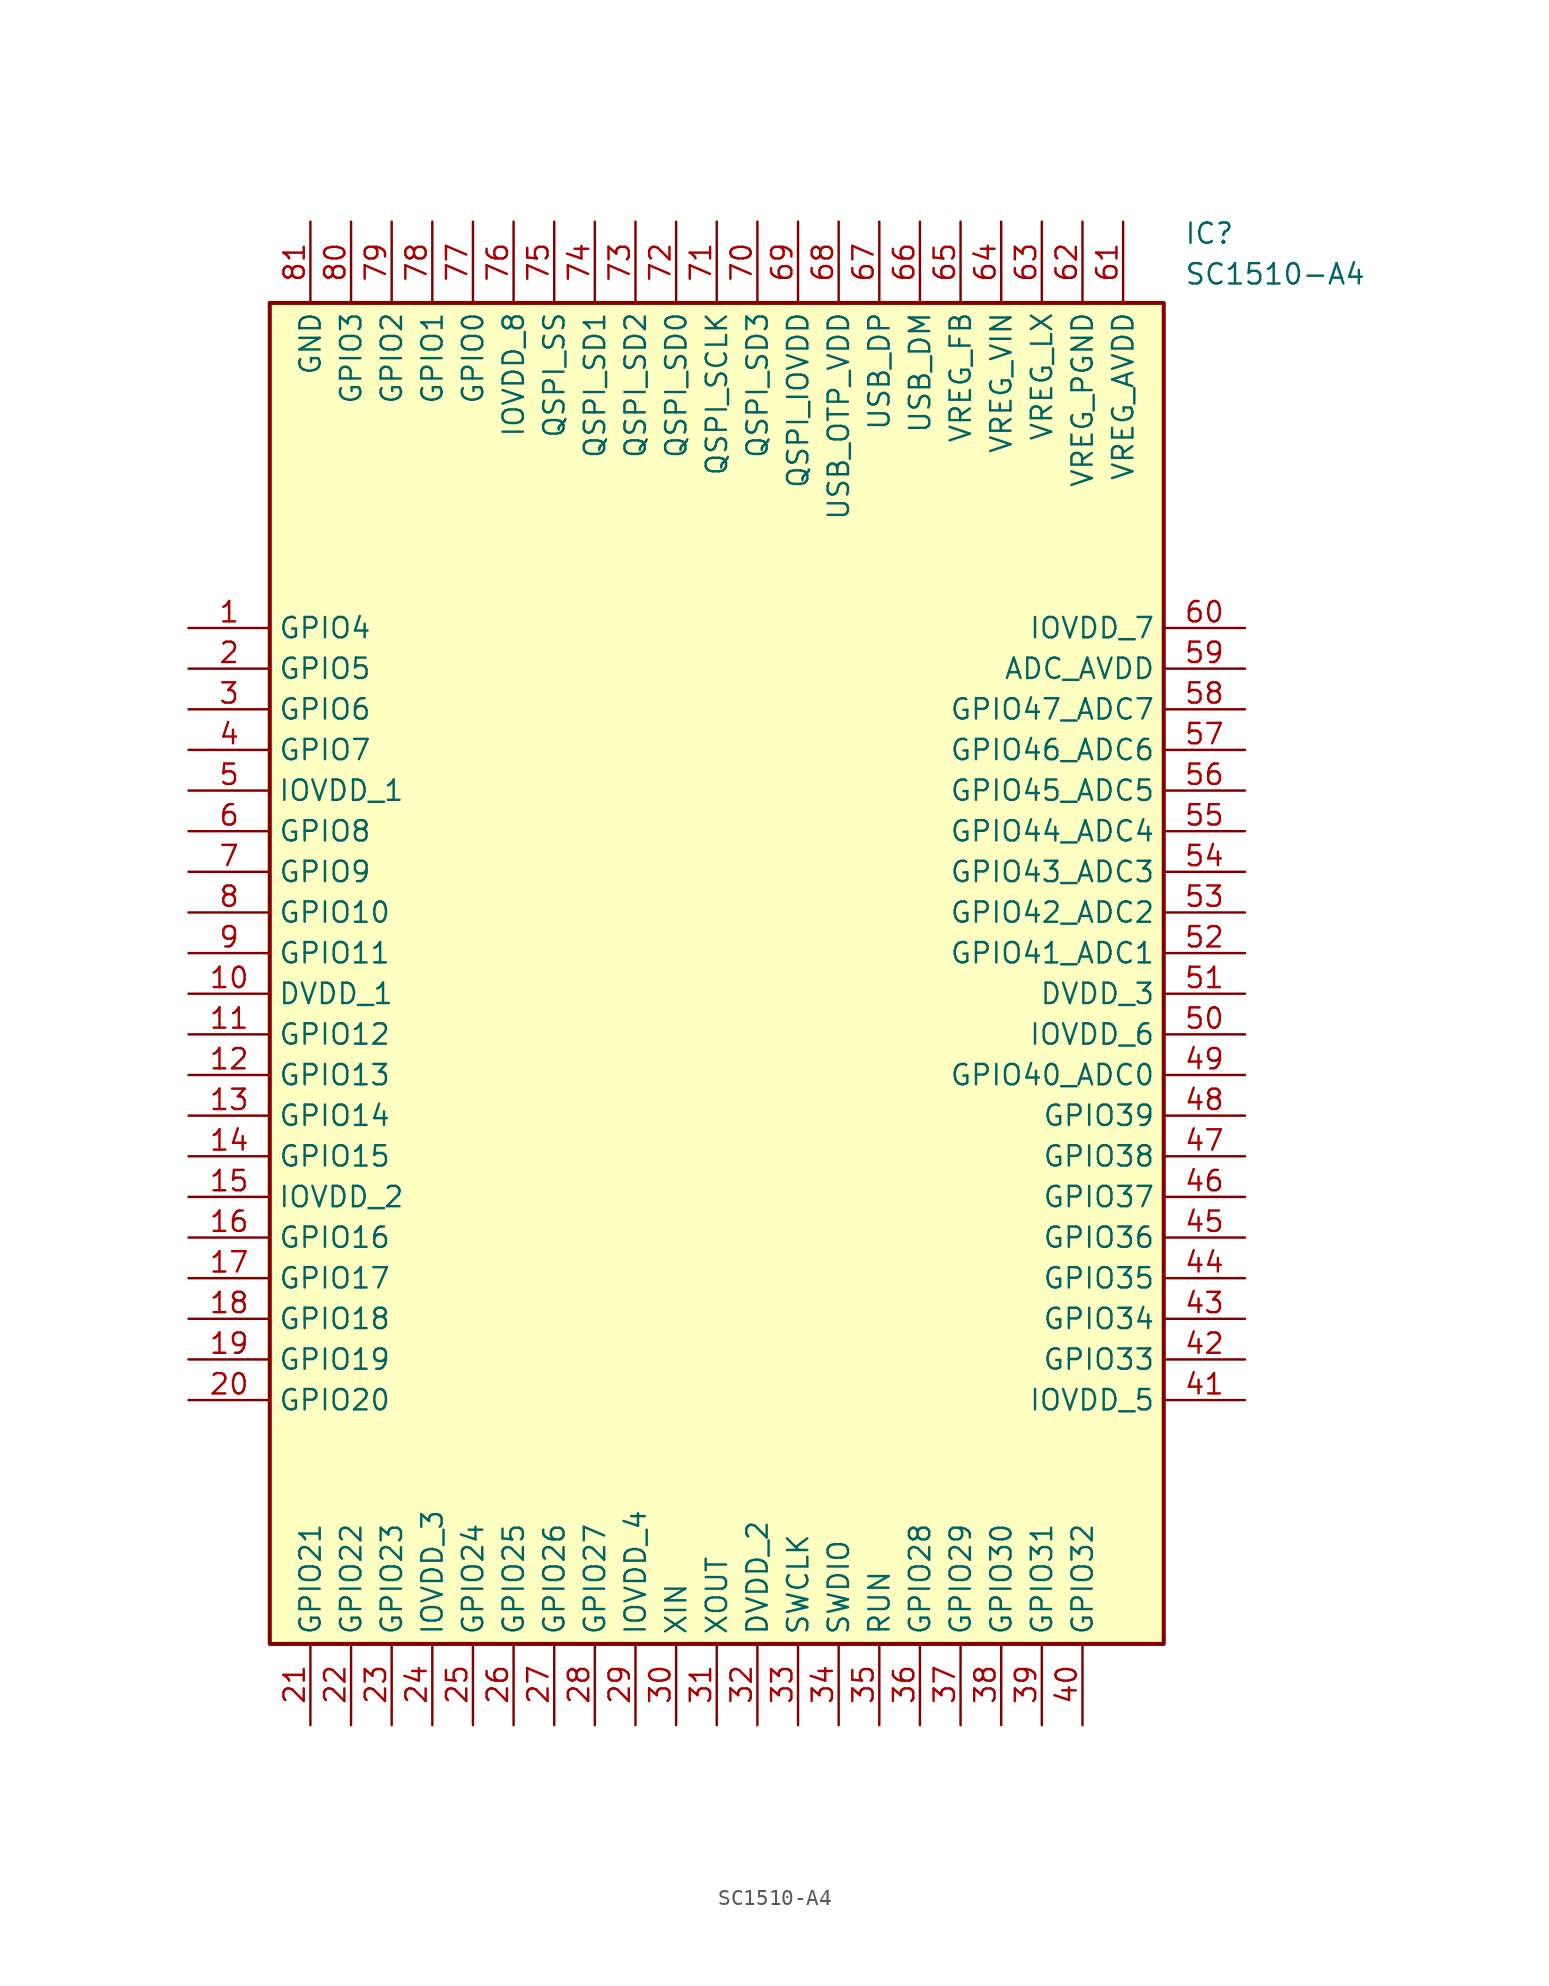
<source format=kicad_sym>
(kicad_symbol_lib
  (version 20211014)
  (generator SamacSys_ECAD_Model)
  (symbol "SC1510-A4"
    (property "Reference" "IC"
      (at 62.23 25.4 0)
      (effects (font (size 1.27 1.27)) (justify left top)))
    (property "Value" "SC1510-A4"
      (at 62.23 22.86 0)
      (effects (font (size 1.27 1.27)) (justify left top)))
    (rectangle
      (start 5.08 20.32)
      (end 60.96 -63.5)
      (stroke (width 0.254) (type default))
      (fill (type background)))
    (pin passive line
      (at 0 0 0)
      (length 5.08)
      (name "GPIO4" (effects (font (size 1.27 1.27))))
      (number "1" (effects (font (size 1.27 1.27)))))
    (pin passive line
      (at 0 -2.54 0)
      (length 5.08)
      (name "GPIO5" (effects (font (size 1.27 1.27))))
      (number "2" (effects (font (size 1.27 1.27)))))
    (pin passive line
      (at 0 -5.08 0)
      (length 5.08)
      (name "GPIO6" (effects (font (size 1.27 1.27))))
      (number "3" (effects (font (size 1.27 1.27)))))
    (pin passive line
      (at 0 -7.62 0)
      (length 5.08)
      (name "GPIO7" (effects (font (size 1.27 1.27))))
      (number "4" (effects (font (size 1.27 1.27)))))
    (pin passive line
      (at 0 -10.16 0)
      (length 5.08)
      (name "IOVDD_1" (effects (font (size 1.27 1.27))))
      (number "5" (effects (font (size 1.27 1.27)))))
    (pin passive line
      (at 0 -12.7 0)
      (length 5.08)
      (name "GPIO8" (effects (font (size 1.27 1.27))))
      (number "6" (effects (font (size 1.27 1.27)))))
    (pin passive line
      (at 0 -15.24 0)
      (length 5.08)
      (name "GPIO9" (effects (font (size 1.27 1.27))))
      (number "7" (effects (font (size 1.27 1.27)))))
    (pin passive line
      (at 0 -17.78 0)
      (length 5.08)
      (name "GPIO10" (effects (font (size 1.27 1.27))))
      (number "8" (effects (font (size 1.27 1.27)))))
    (pin passive line
      (at 0 -20.32 0)
      (length 5.08)
      (name "GPIO11" (effects (font (size 1.27 1.27))))
      (number "9" (effects (font (size 1.27 1.27)))))
    (pin passive line
      (at 0 -22.86 0)
      (length 5.08)
      (name "DVDD_1" (effects (font (size 1.27 1.27))))
      (number "10" (effects (font (size 1.27 1.27)))))
    (pin passive line
      (at 0 -25.4 0)
      (length 5.08)
      (name "GPIO12" (effects (font (size 1.27 1.27))))
      (number "11" (effects (font (size 1.27 1.27)))))
    (pin passive line
      (at 0 -27.94 0)
      (length 5.08)
      (name "GPIO13" (effects (font (size 1.27 1.27))))
      (number "12" (effects (font (size 1.27 1.27)))))
    (pin passive line
      (at 0 -30.48 0)
      (length 5.08)
      (name "GPIO14" (effects (font (size 1.27 1.27))))
      (number "13" (effects (font (size 1.27 1.27)))))
    (pin passive line
      (at 0 -33.02 0)
      (length 5.08)
      (name "GPIO15" (effects (font (size 1.27 1.27))))
      (number "14" (effects (font (size 1.27 1.27)))))
    (pin passive line
      (at 0 -35.56 0)
      (length 5.08)
      (name "IOVDD_2" (effects (font (size 1.27 1.27))))
      (number "15" (effects (font (size 1.27 1.27)))))
    (pin passive line
      (at 0 -38.1 0)
      (length 5.08)
      (name "GPIO16" (effects (font (size 1.27 1.27))))
      (number "16" (effects (font (size 1.27 1.27)))))
    (pin passive line
      (at 0 -40.64 0)
      (length 5.08)
      (name "GPIO17" (effects (font (size 1.27 1.27))))
      (number "17" (effects (font (size 1.27 1.27)))))
    (pin passive line
      (at 0 -43.18 0)
      (length 5.08)
      (name "GPIO18" (effects (font (size 1.27 1.27))))
      (number "18" (effects (font (size 1.27 1.27)))))
    (pin passive line
      (at 0 -45.72 0)
      (length 5.08)
      (name "GPIO19" (effects (font (size 1.27 1.27))))
      (number "19" (effects (font (size 1.27 1.27)))))
    (pin passive line
      (at 0 -48.26 0)
      (length 5.08)
      (name "GPIO20" (effects (font (size 1.27 1.27))))
      (number "20" (effects (font (size 1.27 1.27)))))
    (pin passive line
      (at 7.62 -68.58 90)
      (length 5.08)
      (name "GPIO21" (effects (font (size 1.27 1.27))))
      (number "21" (effects (font (size 1.27 1.27)))))
    (pin passive line
      (at 10.16 -68.58 90)
      (length 5.08)
      (name "GPIO22" (effects (font (size 1.27 1.27))))
      (number "22" (effects (font (size 1.27 1.27)))))
    (pin passive line
      (at 12.7 -68.58 90)
      (length 5.08)
      (name "GPIO23" (effects (font (size 1.27 1.27))))
      (number "23" (effects (font (size 1.27 1.27)))))
    (pin passive line
      (at 15.24 -68.58 90)
      (length 5.08)
      (name "IOVDD_3" (effects (font (size 1.27 1.27))))
      (number "24" (effects (font (size 1.27 1.27)))))
    (pin passive line
      (at 17.78 -68.58 90)
      (length 5.08)
      (name "GPIO24" (effects (font (size 1.27 1.27))))
      (number "25" (effects (font (size 1.27 1.27)))))
    (pin passive line
      (at 20.32 -68.58 90)
      (length 5.08)
      (name "GPIO25" (effects (font (size 1.27 1.27))))
      (number "26" (effects (font (size 1.27 1.27)))))
    (pin passive line
      (at 22.86 -68.58 90)
      (length 5.08)
      (name "GPIO26" (effects (font (size 1.27 1.27))))
      (number "27" (effects (font (size 1.27 1.27)))))
    (pin passive line
      (at 25.4 -68.58 90)
      (length 5.08)
      (name "GPIO27" (effects (font (size 1.27 1.27))))
      (number "28" (effects (font (size 1.27 1.27)))))
    (pin passive line
      (at 27.94 -68.58 90)
      (length 5.08)
      (name "IOVDD_4" (effects (font (size 1.27 1.27))))
      (number "29" (effects (font (size 1.27 1.27)))))
    (pin passive line
      (at 30.48 -68.58 90)
      (length 5.08)
      (name "XIN" (effects (font (size 1.27 1.27))))
      (number "30" (effects (font (size 1.27 1.27)))))
    (pin passive line
      (at 33.02 -68.58 90)
      (length 5.08)
      (name "XOUT" (effects (font (size 1.27 1.27))))
      (number "31" (effects (font (size 1.27 1.27)))))
    (pin passive line
      (at 35.56 -68.58 90)
      (length 5.08)
      (name "DVDD_2" (effects (font (size 1.27 1.27))))
      (number "32" (effects (font (size 1.27 1.27)))))
    (pin passive line
      (at 38.1 -68.58 90)
      (length 5.08)
      (name "SWCLK" (effects (font (size 1.27 1.27))))
      (number "33" (effects (font (size 1.27 1.27)))))
    (pin passive line
      (at 40.64 -68.58 90)
      (length 5.08)
      (name "SWDIO" (effects (font (size 1.27 1.27))))
      (number "34" (effects (font (size 1.27 1.27)))))
    (pin passive line
      (at 43.18 -68.58 90)
      (length 5.08)
      (name "RUN" (effects (font (size 1.27 1.27))))
      (number "35" (effects (font (size 1.27 1.27)))))
    (pin passive line
      (at 45.72 -68.58 90)
      (length 5.08)
      (name "GPIO28" (effects (font (size 1.27 1.27))))
      (number "36" (effects (font (size 1.27 1.27)))))
    (pin passive line
      (at 48.26 -68.58 90)
      (length 5.08)
      (name "GPIO29" (effects (font (size 1.27 1.27))))
      (number "37" (effects (font (size 1.27 1.27)))))
    (pin passive line
      (at 50.8 -68.58 90)
      (length 5.08)
      (name "GPIO30" (effects (font (size 1.27 1.27))))
      (number "38" (effects (font (size 1.27 1.27)))))
    (pin passive line
      (at 53.34 -68.58 90)
      (length 5.08)
      (name "GPIO31" (effects (font (size 1.27 1.27))))
      (number "39" (effects (font (size 1.27 1.27)))))
    (pin passive line
      (at 55.88 -68.58 90)
      (length 5.08)
      (name "GPIO32" (effects (font (size 1.27 1.27))))
      (number "40" (effects (font (size 1.27 1.27)))))
    (pin passive line
      (at 66.04 0 180)
      (length 5.08)
      (name "IOVDD_7" (effects (font (size 1.27 1.27))))
      (number "60" (effects (font (size 1.27 1.27)))))
    (pin passive line
      (at 66.04 -2.54 180)
      (length 5.08)
      (name "ADC_AVDD" (effects (font (size 1.27 1.27))))
      (number "59" (effects (font (size 1.27 1.27)))))
    (pin passive line
      (at 66.04 -5.08 180)
      (length 5.08)
      (name "GPIO47_ADC7" (effects (font (size 1.27 1.27))))
      (number "58" (effects (font (size 1.27 1.27)))))
    (pin passive line
      (at 66.04 -7.62 180)
      (length 5.08)
      (name "GPIO46_ADC6" (effects (font (size 1.27 1.27))))
      (number "57" (effects (font (size 1.27 1.27)))))
    (pin passive line
      (at 66.04 -10.16 180)
      (length 5.08)
      (name "GPIO45_ADC5" (effects (font (size 1.27 1.27))))
      (number "56" (effects (font (size 1.27 1.27)))))
    (pin passive line
      (at 66.04 -12.7 180)
      (length 5.08)
      (name "GPIO44_ADC4" (effects (font (size 1.27 1.27))))
      (number "55" (effects (font (size 1.27 1.27)))))
    (pin passive line
      (at 66.04 -15.24 180)
      (length 5.08)
      (name "GPIO43_ADC3" (effects (font (size 1.27 1.27))))
      (number "54" (effects (font (size 1.27 1.27)))))
    (pin passive line
      (at 66.04 -17.78 180)
      (length 5.08)
      (name "GPIO42_ADC2" (effects (font (size 1.27 1.27))))
      (number "53" (effects (font (size 1.27 1.27)))))
    (pin passive line
      (at 66.04 -20.32 180)
      (length 5.08)
      (name "GPIO41_ADC1" (effects (font (size 1.27 1.27))))
      (number "52" (effects (font (size 1.27 1.27)))))
    (pin passive line
      (at 66.04 -22.86 180)
      (length 5.08)
      (name "DVDD_3" (effects (font (size 1.27 1.27))))
      (number "51" (effects (font (size 1.27 1.27)))))
    (pin passive line
      (at 66.04 -25.4 180)
      (length 5.08)
      (name "IOVDD_6" (effects (font (size 1.27 1.27))))
      (number "50" (effects (font (size 1.27 1.27)))))
    (pin passive line
      (at 66.04 -27.94 180)
      (length 5.08)
      (name "GPIO40_ADC0" (effects (font (size 1.27 1.27))))
      (number "49" (effects (font (size 1.27 1.27)))))
    (pin passive line
      (at 66.04 -30.48 180)
      (length 5.08)
      (name "GPIO39" (effects (font (size 1.27 1.27))))
      (number "48" (effects (font (size 1.27 1.27)))))
    (pin passive line
      (at 66.04 -33.02 180)
      (length 5.08)
      (name "GPIO38" (effects (font (size 1.27 1.27))))
      (number "47" (effects (font (size 1.27 1.27)))))
    (pin passive line
      (at 66.04 -35.56 180)
      (length 5.08)
      (name "GPIO37" (effects (font (size 1.27 1.27))))
      (number "46" (effects (font (size 1.27 1.27)))))
    (pin passive line
      (at 66.04 -38.1 180)
      (length 5.08)
      (name "GPIO36" (effects (font (size 1.27 1.27))))
      (number "45" (effects (font (size 1.27 1.27)))))
    (pin passive line
      (at 66.04 -40.64 180)
      (length 5.08)
      (name "GPIO35" (effects (font (size 1.27 1.27))))
      (number "44" (effects (font (size 1.27 1.27)))))
    (pin passive line
      (at 66.04 -43.18 180)
      (length 5.08)
      (name "GPIO34" (effects (font (size 1.27 1.27))))
      (number "43" (effects (font (size 1.27 1.27)))))
    (pin passive line
      (at 66.04 -45.72 180)
      (length 5.08)
      (name "GPIO33" (effects (font (size 1.27 1.27))))
      (number "42" (effects (font (size 1.27 1.27)))))
    (pin passive line
      (at 66.04 -48.26 180)
      (length 5.08)
      (name "IOVDD_5" (effects (font (size 1.27 1.27))))
      (number "41" (effects (font (size 1.27 1.27)))))
    (pin passive line
      (at 7.62 25.4 270)
      (length 5.08)
      (name "GND" (effects (font (size 1.27 1.27))))
      (number "81" (effects (font (size 1.27 1.27)))))
    (pin passive line
      (at 10.16 25.4 270)
      (length 5.08)
      (name "GPIO3" (effects (font (size 1.27 1.27))))
      (number "80" (effects (font (size 1.27 1.27)))))
    (pin passive line
      (at 12.7 25.4 270)
      (length 5.08)
      (name "GPIO2" (effects (font (size 1.27 1.27))))
      (number "79" (effects (font (size 1.27 1.27)))))
    (pin passive line
      (at 15.24 25.4 270)
      (length 5.08)
      (name "GPIO1" (effects (font (size 1.27 1.27))))
      (number "78" (effects (font (size 1.27 1.27)))))
    (pin passive line
      (at 17.78 25.4 270)
      (length 5.08)
      (name "GPIO0" (effects (font (size 1.27 1.27))))
      (number "77" (effects (font (size 1.27 1.27)))))
    (pin passive line
      (at 20.32 25.4 270)
      (length 5.08)
      (name "IOVDD_8" (effects (font (size 1.27 1.27))))
      (number "76" (effects (font (size 1.27 1.27)))))
    (pin passive line
      (at 22.86 25.4 270)
      (length 5.08)
      (name "QSPI_SS" (effects (font (size 1.27 1.27))))
      (number "75" (effects (font (size 1.27 1.27)))))
    (pin passive line
      (at 25.4 25.4 270)
      (length 5.08)
      (name "QSPI_SD1" (effects (font (size 1.27 1.27))))
      (number "74" (effects (font (size 1.27 1.27)))))
    (pin passive line
      (at 27.94 25.4 270)
      (length 5.08)
      (name "QSPI_SD2" (effects (font (size 1.27 1.27))))
      (number "73" (effects (font (size 1.27 1.27)))))
    (pin passive line
      (at 30.48 25.4 270)
      (length 5.08)
      (name "QSPI_SD0" (effects (font (size 1.27 1.27))))
      (number "72" (effects (font (size 1.27 1.27)))))
    (pin passive line
      (at 33.02 25.4 270)
      (length 5.08)
      (name "QSPI_SCLK" (effects (font (size 1.27 1.27))))
      (number "71" (effects (font (size 1.27 1.27)))))
    (pin passive line
      (at 35.56 25.4 270)
      (length 5.08)
      (name "QSPI_SD3" (effects (font (size 1.27 1.27))))
      (number "70" (effects (font (size 1.27 1.27)))))
    (pin passive line
      (at 38.1 25.4 270)
      (length 5.08)
      (name "QSPI_IOVDD" (effects (font (size 1.27 1.27))))
      (number "69" (effects (font (size 1.27 1.27)))))
    (pin passive line
      (at 40.64 25.4 270)
      (length 5.08)
      (name "USB_OTP_VDD" (effects (font (size 1.27 1.27))))
      (number "68" (effects (font (size 1.27 1.27)))))
    (pin passive line
      (at 43.18 25.4 270)
      (length 5.08)
      (name "USB_DP" (effects (font (size 1.27 1.27))))
      (number "67" (effects (font (size 1.27 1.27)))))
    (pin passive line
      (at 45.72 25.4 270)
      (length 5.08)
      (name "USB_DM" (effects (font (size 1.27 1.27))))
      (number "66" (effects (font (size 1.27 1.27)))))
    (pin passive line
      (at 48.26 25.4 270)
      (length 5.08)
      (name "VREG_FB" (effects (font (size 1.27 1.27))))
      (number "65" (effects (font (size 1.27 1.27)))))
    (pin passive line
      (at 50.8 25.4 270)
      (length 5.08)
      (name "VREG_VIN" (effects (font (size 1.27 1.27))))
      (number "64" (effects (font (size 1.27 1.27)))))
    (pin passive line
      (at 53.34 25.4 270)
      (length 5.08)
      (name "VREG_LX" (effects (font (size 1.27 1.27))))
      (number "63" (effects (font (size 1.27 1.27)))))
    (pin passive line
      (at 55.88 25.4 270)
      (length 5.08)
      (name "VREG_PGND" (effects (font (size 1.27 1.27))))
      (number "62" (effects (font (size 1.27 1.27)))))
    (pin passive line
      (at 58.42 25.4 270)
      (length 5.08)
      (name "VREG_AVDD" (effects (font (size 1.27 1.27))))
      (number "61" (effects (font (size 1.27 1.27)))))))
</source>
